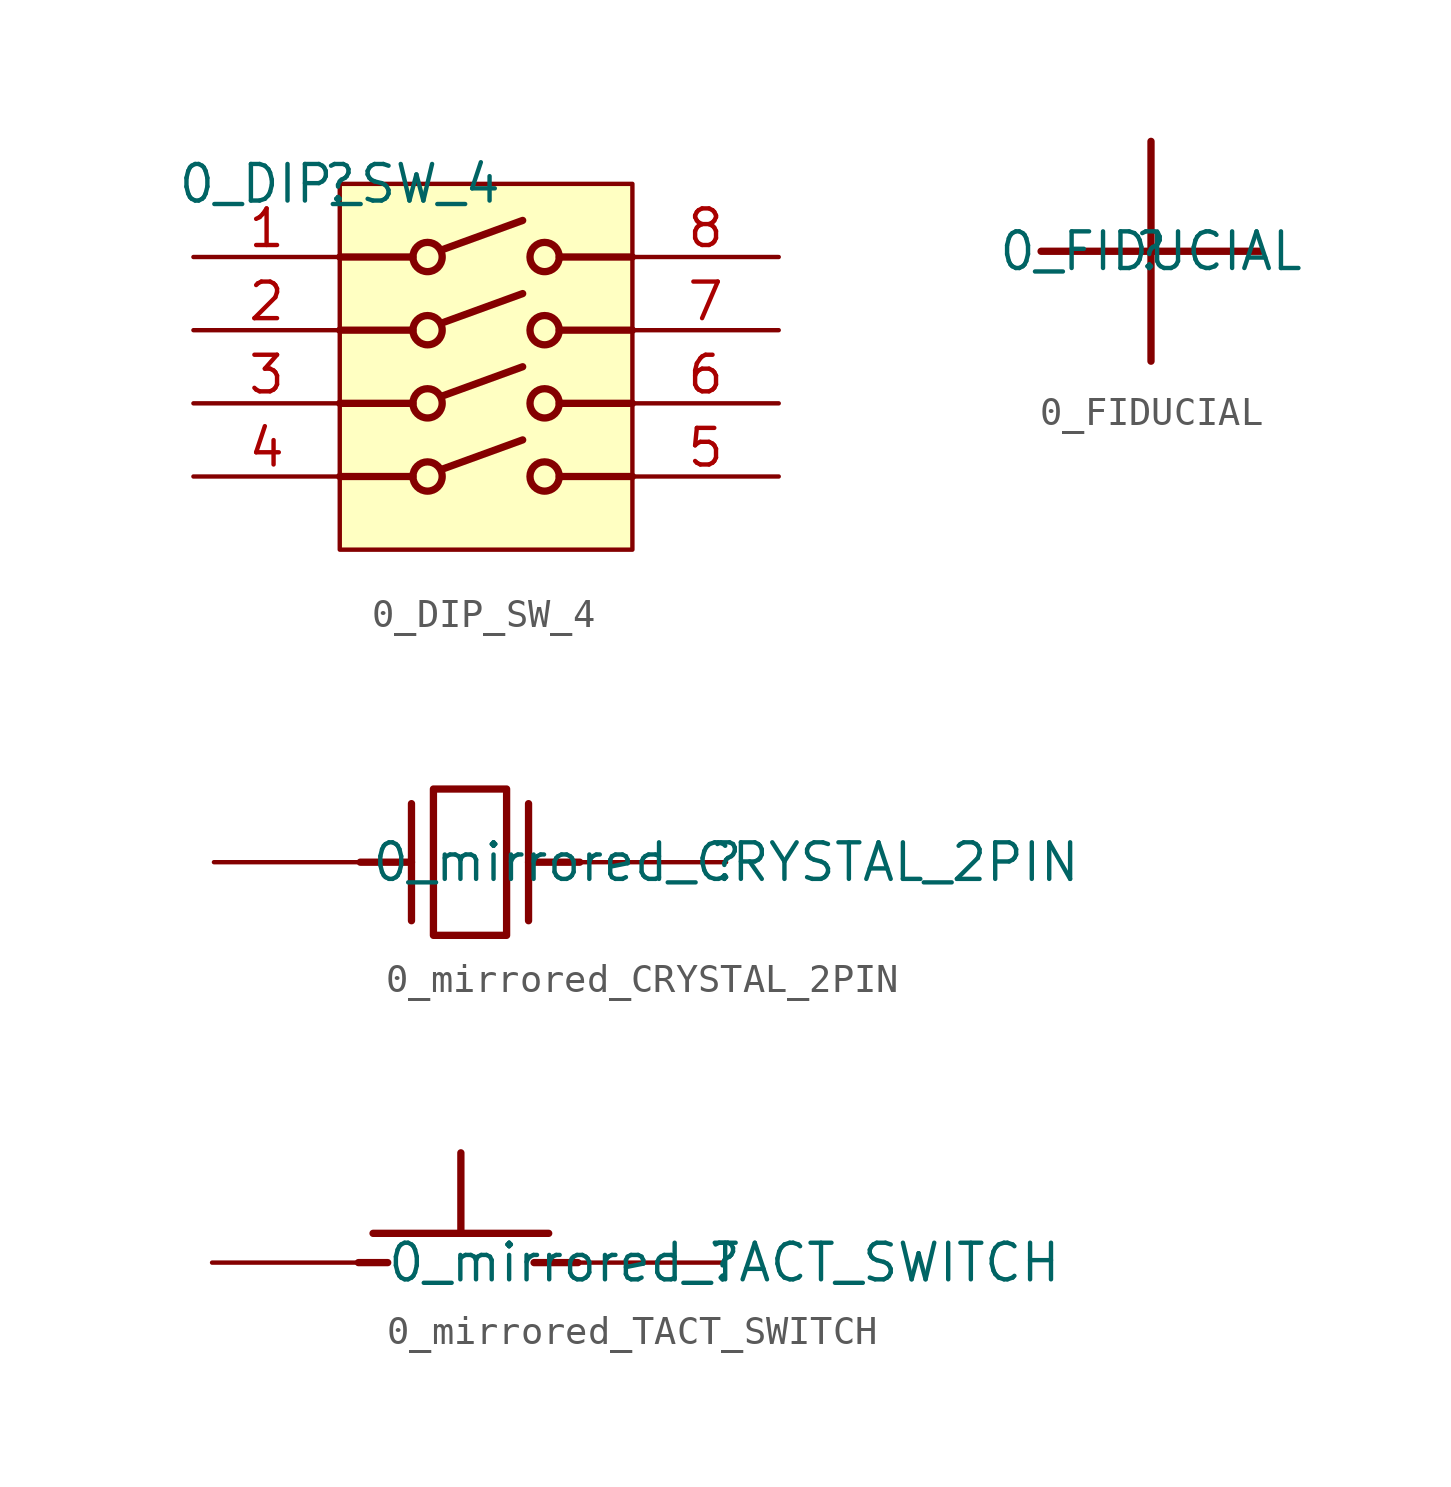
<source format=kicad_sym>
(kicad_symbol_lib
  (version 20210619)
  (generator kicad_symbol_editor)
  (symbol "OSD19001_CORE-altium-import:0_DIP_SW_4"
    (property "Reference" ""
      (at 0 0 0)
      (effects (font (size 1.27 1.27))))
    (property "Value" "0_DIP_SW_4"
      (at 0 0 0)
      (effects (font (size 1.27 1.27))))
    (symbol "0_DIP_SW_4_1_0"
      (circle (center 3.048 -10.16) (radius 0.508) (stroke (width 0.254)) (fill (type none)))
      (circle (center 3.048 -7.62) (radius 0.508) (stroke (width 0.254)) (fill (type none)))
      (circle (center 3.048 -5.08) (radius 0.508) (stroke (width 0.254)) (fill (type none)))
      (circle (center 3.048 -2.54) (radius 0.508) (stroke (width 0.254)) (fill (type none)))
      (circle (center 7.112 -10.16) (radius 0.508) (stroke (width 0.254)) (fill (type none)))
      (circle (center 7.112 -7.62) (radius 0.508) (stroke (width 0.254)) (fill (type none)))
      (circle (center 7.112 -5.08) (radius 0.508) (stroke (width 0.254)) (fill (type none)))
      (circle (center 7.112 -2.54) (radius 0.508) (stroke (width 0.254)) (fill (type none)))
      (rectangle (start 10.16 0) (end 0 -12.7) (stroke (width 0)) (fill (type background)))
      (polyline (pts (xy 7.62 -10.16) (xy 10.16 -10.16)) (stroke (width 0.254)) (fill (type none)))
      (polyline (pts (xy 0 -10.16) (xy 2.54 -10.16)) (stroke (width 0.254)) (fill (type none)))
      (polyline (pts (xy 0 -7.62) (xy 2.54 -7.62)) (stroke (width 0.254)) (fill (type none)))
      (polyline (pts (xy 0 -5.08) (xy 2.54 -5.08)) (stroke (width 0.254)) (fill (type none)))
      (polyline (pts (xy 0 -2.54) (xy 2.54 -2.54)) (stroke (width 0.254)) (fill (type none)))
      (polyline (pts (xy 3.556 -9.906) (xy 6.35 -8.89)) (stroke (width 0.254)) (fill (type none)))
      (polyline (pts (xy 3.556 -7.366) (xy 6.35 -6.35)) (stroke (width 0.254)) (fill (type none)))
      (polyline (pts (xy 3.556 -4.826) (xy 6.35 -3.81)) (stroke (width 0.254)) (fill (type none)))
      (polyline (pts (xy 3.556 -2.286) (xy 6.35 -1.27)) (stroke (width 0.254)) (fill (type none)))
      (polyline (pts (xy 7.62 -7.62) (xy 10.16 -7.62)) (stroke (width 0.254)) (fill (type none)))
      (polyline (pts (xy 7.62 -5.08) (xy 10.16 -5.08)) (stroke (width 0.254)) (fill (type none)))
      (polyline (pts (xy 7.62 -2.54) (xy 10.16 -2.54)) (stroke (width 0.254)) (fill (type none)))
      (pin passive line (at -5.08 -2.54 0) (length 5.08) (name "1" (effects (font (size 0 0)))) (number "1" (effects (font (size 1.27 1.27)))))
      (pin passive line (at -5.08 -5.08 0) (length 5.08) (name "2" (effects (font (size 0 0)))) (number "2" (effects (font (size 1.27 1.27)))))
      (pin passive line (at -5.08 -7.62 0) (length 5.08) (name "3" (effects (font (size 0 0)))) (number "3" (effects (font (size 1.27 1.27)))))
      (pin passive line (at -5.08 -10.16 0) (length 5.08) (name "4" (effects (font (size 0 0)))) (number "4" (effects (font (size 1.27 1.27)))))
      (pin passive line (at 15.24 -10.16 180) (length 5.08) (name "5" (effects (font (size 0 0)))) (number "5" (effects (font (size 1.27 1.27)))))
      (pin passive line (at 15.24 -7.62 180) (length 5.08) (name "6" (effects (font (size 0 0)))) (number "6" (effects (font (size 1.27 1.27)))))
      (pin passive line (at 15.24 -5.08 180) (length 5.08) (name "7" (effects (font (size 0 0)))) (number "7" (effects (font (size 1.27 1.27)))))
      (pin passive line (at 15.24 -2.54 180) (length 5.08) (name "8" (effects (font (size 0 0)))) (number "8" (effects (font (size 1.27 1.27)))))))
  (symbol "OSD19001_CORE-altium-import:0_FIDUCIAL"
    (property "Reference" ""
      (at 0 0 0)
      (effects (font (size 1.27 1.27))))
    (property "Value" "0_FIDUCIAL"
      (at 0 0 0)
      (effects (font (size 1.27 1.27))))
    (symbol "0_FIDUCIAL_1_0"
      (polyline (pts (xy -3.81 0) (xy 3.81 0)) (stroke (width 0.254)) (fill (type none)))
      (polyline (pts (xy 0 3.81) (xy 0 -3.81)) (stroke (width 0.254)) (fill (type none)))))
  (symbol "OSD19001_CORE-altium-import:0_mirrored_CRYSTAL_2PIN"
    (property "Reference" ""
      (at 0 0 0)
      (effects (font (size 1.27 1.27))))
    (property "Value" "0_mirrored_CRYSTAL_2PIN"
      (at 0 0 0)
      (effects (font (size 1.27 1.27))))
    (symbol "0_mirrored_CRYSTAL_2PIN_1_0"
      (polyline (pts (xy -12.7 0) (xy -10.922 0)) (stroke (width 0.254)) (fill (type none)))
      (polyline (pts (xy -10.922 2.032) (xy -10.922 -2.032)) (stroke (width 0.254)) (fill (type none)))
      (polyline (pts (xy -6.858 2.032) (xy -6.858 -2.032)) (stroke (width 0.254)) (fill (type none)))
      (polyline (pts (xy -5.08 0) (xy -6.858 0)) (stroke (width 0.254)) (fill (type none)))
      (polyline (pts (xy -10.16 2.54) (xy -7.62 2.54) (xy -7.62 -2.54) (xy -10.16 -2.54) (xy -10.16 2.54)) (stroke (width 0.254)) (fill (type none)))
      (pin passive line (at 0 0 180) (length 5.08) (name "1" (effects (font (size 0 0)))) (number "1" (effects (font (size 0 0)))))
      (pin passive line (at -17.78 0 0) (length 5.08) (name "2" (effects (font (size 0 0)))) (number "2" (effects (font (size 0 0)))))))
  (symbol "OSD19001_CORE-altium-import:0_mirrored_TACT_SWITCH"
    (property "Reference" ""
      (at 0 0 0)
      (effects (font (size 1.27 1.27))))
    (property "Value" "0_mirrored_TACT_SWITCH"
      (at 0 0 0)
      (effects (font (size 1.27 1.27))))
    (symbol "0_mirrored_TACT_SWITCH_1_0"
      (polyline (pts (xy -12.7 0) (xy -11.684 0)) (stroke (width 0.254)) (fill (type none)))
      (polyline (pts (xy -9.144 3.81) (xy -9.144 1.016)) (stroke (width 0.254)) (fill (type none)))
      (polyline (pts (xy -6.096 1.016) (xy -12.192 1.016)) (stroke (width 0.254)) (fill (type none)))
      (polyline (pts (xy -5.08 0) (xy -6.604 0)) (stroke (width 0.254)) (fill (type none)))
      (pin passive line (at 0 0 180) (length 5.08) (name "1" (effects (font (size 0 0)))) (number "1" (effects (font (size 0 0)))))
      (pin passive line (at -17.78 0 0) (length 5.08) (name "2" (effects (font (size 0 0)))) (number "2" (effects (font (size 0 0))))))))
</source>
